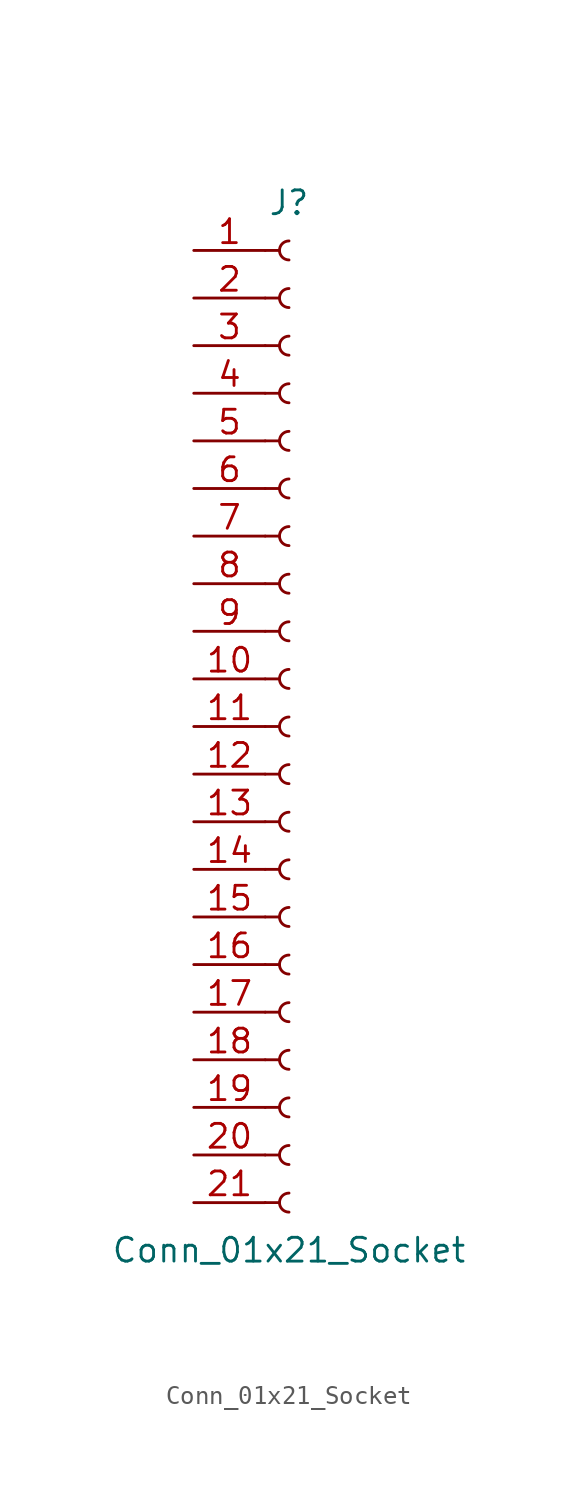
<source format=kicad_sym>
(kicad_symbol_lib
  (version 20220914)
  (generator kicad_symbol_editor)
  (symbol "Conn_01x21_Socket"
    (pin_names
      (offset 1.016) hide)
    (property "Reference" "J"
      (at 0 27.94 0)
      (effects (font (size 1.27 1.27))))
    (property "Value" "Conn_01x21_Socket"
      (at 0 -27.94 0)
      (effects (font (size 1.27 1.27))))
    (property "ki_locked" ""
      (at 0 0 0)
      (effects (font (size 1.27 1.27))))
    (symbol "Conn_01x21_Socket_1_1"
      (arc (start 0 -24.892) (mid -0.5058 -25.4) (end 0 -25.908) (stroke (width 0.1524) (type default)) (fill (type none)))
      (arc (start 0 -22.352) (mid -0.5058 -22.86) (end 0 -23.368) (stroke (width 0.1524) (type default)) (fill (type none)))
      (arc (start 0 -19.812) (mid -0.5058 -20.32) (end 0 -20.828) (stroke (width 0.1524) (type default)) (fill (type none)))
      (arc (start 0 -17.272) (mid -0.5058 -17.78) (end 0 -18.288) (stroke (width 0.1524) (type default)) (fill (type none)))
      (arc (start 0 -14.732) (mid -0.5058 -15.24) (end 0 -15.748) (stroke (width 0.1524) (type default)) (fill (type none)))
      (arc (start 0 -12.192) (mid -0.5058 -12.7) (end 0 -13.208) (stroke (width 0.1524) (type default)) (fill (type none)))
      (arc (start 0 -9.652) (mid -0.5058 -10.16) (end 0 -10.668) (stroke (width 0.1524) (type default)) (fill (type none)))
      (arc (start 0 -7.112) (mid -0.5058 -7.62) (end 0 -8.128) (stroke (width 0.1524) (type default)) (fill (type none)))
      (arc (start 0 -4.572) (mid -0.5058 -5.08) (end 0 -5.588) (stroke (width 0.1524) (type default)) (fill (type none)))
      (arc (start 0 -2.032) (mid -0.5058 -2.54) (end 0 -3.048) (stroke (width 0.1524) (type default)) (fill (type none)))
      (polyline (pts (xy -1.27 -25.4) (xy -0.508 -25.4)) (stroke (width 0.152) (type default)) (fill (type none)))
      (polyline (pts (xy -1.27 -22.86) (xy -0.508 -22.86)) (stroke (width 0.152) (type default)) (fill (type none)))
      (polyline (pts (xy -1.27 -20.32) (xy -0.508 -20.32)) (stroke (width 0.152) (type default)) (fill (type none)))
      (polyline (pts (xy -1.27 -17.78) (xy -0.508 -17.78)) (stroke (width 0.152) (type default)) (fill (type none)))
      (polyline (pts (xy -1.27 -15.24) (xy -0.508 -15.24)) (stroke (width 0.152) (type default)) (fill (type none)))
      (polyline (pts (xy -1.27 -12.7) (xy -0.508 -12.7)) (stroke (width 0.152) (type default)) (fill (type none)))
      (polyline (pts (xy -1.27 -10.16) (xy -0.508 -10.16)) (stroke (width 0.152) (type default)) (fill (type none)))
      (polyline (pts (xy -1.27 -7.62) (xy -0.508 -7.62)) (stroke (width 0.152) (type default)) (fill (type none)))
      (polyline (pts (xy -1.27 -5.08) (xy -0.508 -5.08)) (stroke (width 0.152) (type default)) (fill (type none)))
      (polyline (pts (xy -1.27 -2.54) (xy -0.508 -2.54)) (stroke (width 0.152) (type default)) (fill (type none)))
      (polyline (pts (xy -1.27 0) (xy -0.508 0)) (stroke (width 0.152) (type default)) (fill (type none)))
      (polyline (pts (xy -1.27 2.54) (xy -0.508 2.54)) (stroke (width 0.152) (type default)) (fill (type none)))
      (polyline (pts (xy -1.27 5.08) (xy -0.508 5.08)) (stroke (width 0.152) (type default)) (fill (type none)))
      (polyline (pts (xy -1.27 7.62) (xy -0.508 7.62)) (stroke (width 0.152) (type default)) (fill (type none)))
      (polyline (pts (xy -1.27 10.16) (xy -0.508 10.16)) (stroke (width 0.152) (type default)) (fill (type none)))
      (polyline (pts (xy -1.27 12.7) (xy -0.508 12.7)) (stroke (width 0.152) (type default)) (fill (type none)))
      (polyline (pts (xy -1.27 15.24) (xy -0.508 15.24)) (stroke (width 0.152) (type default)) (fill (type none)))
      (polyline (pts (xy -1.27 17.78) (xy -0.508 17.78)) (stroke (width 0.152) (type default)) (fill (type none)))
      (polyline (pts (xy -1.27 20.32) (xy -0.508 20.32)) (stroke (width 0.152) (type default)) (fill (type none)))
      (polyline (pts (xy -1.27 22.86) (xy -0.508 22.86)) (stroke (width 0.152) (type default)) (fill (type none)))
      (polyline (pts (xy -1.27 25.4) (xy -0.508 25.4)) (stroke (width 0.152) (type default)) (fill (type none)))
      (arc (start 0 0.508) (mid -0.5058 0) (end 0 -0.508) (stroke (width 0.1524) (type default)) (fill (type none)))
      (arc (start 0 3.048) (mid -0.5058 2.54) (end 0 2.032) (stroke (width 0.1524) (type default)) (fill (type none)))
      (arc (start 0 5.588) (mid -0.5058 5.08) (end 0 4.572) (stroke (width 0.1524) (type default)) (fill (type none)))
      (arc (start 0 8.128) (mid -0.5058 7.62) (end 0 7.112) (stroke (width 0.1524) (type default)) (fill (type none)))
      (arc (start 0 10.668) (mid -0.5058 10.16) (end 0 9.652) (stroke (width 0.1524) (type default)) (fill (type none)))
      (arc (start 0 13.208) (mid -0.5058 12.7) (end 0 12.192) (stroke (width 0.1524) (type default)) (fill (type none)))
      (arc (start 0 15.748) (mid -0.5058 15.24) (end 0 14.732) (stroke (width 0.1524) (type default)) (fill (type none)))
      (arc (start 0 18.288) (mid -0.5058 17.78) (end 0 17.272) (stroke (width 0.1524) (type default)) (fill (type none)))
      (arc (start 0 20.828) (mid -0.5058 20.32) (end 0 19.812) (stroke (width 0.1524) (type default)) (fill (type none)))
      (arc (start 0 23.368) (mid -0.5058 22.86) (end 0 22.352) (stroke (width 0.1524) (type default)) (fill (type none)))
      (arc (start 0 25.908) (mid -0.5058 25.4) (end 0 24.892) (stroke (width 0.1524) (type default)) (fill (type none)))
      (pin passive line (at -5.08 25.4 0) (length 3.81) (name "Pin_1" (effects (font (size 1.27 1.27)))) (number "1" (effects (font (size 1.27 1.27)))))
      (pin passive line (at -5.08 2.54 0) (length 3.81) (name "Pin_10" (effects (font (size 1.27 1.27)))) (number "10" (effects (font (size 1.27 1.27)))))
      (pin passive line (at -5.08 0 0) (length 3.81) (name "Pin_11" (effects (font (size 1.27 1.27)))) (number "11" (effects (font (size 1.27 1.27)))))
      (pin passive line (at -5.08 -2.54 0) (length 3.81) (name "Pin_12" (effects (font (size 1.27 1.27)))) (number "12" (effects (font (size 1.27 1.27)))))
      (pin passive line (at -5.08 -5.08 0) (length 3.81) (name "Pin_13" (effects (font (size 1.27 1.27)))) (number "13" (effects (font (size 1.27 1.27)))))
      (pin passive line (at -5.08 -7.62 0) (length 3.81) (name "Pin_14" (effects (font (size 1.27 1.27)))) (number "14" (effects (font (size 1.27 1.27)))))
      (pin passive line (at -5.08 -10.16 0) (length 3.81) (name "Pin_15" (effects (font (size 1.27 1.27)))) (number "15" (effects (font (size 1.27 1.27)))))
      (pin passive line (at -5.08 -12.7 0) (length 3.81) (name "Pin_16" (effects (font (size 1.27 1.27)))) (number "16" (effects (font (size 1.27 1.27)))))
      (pin passive line (at -5.08 -15.24 0) (length 3.81) (name "Pin_17" (effects (font (size 1.27 1.27)))) (number "17" (effects (font (size 1.27 1.27)))))
      (pin passive line (at -5.08 -17.78 0) (length 3.81) (name "Pin_18" (effects (font (size 1.27 1.27)))) (number "18" (effects (font (size 1.27 1.27)))))
      (pin passive line (at -5.08 -20.32 0) (length 3.81) (name "Pin_19" (effects (font (size 1.27 1.27)))) (number "19" (effects (font (size 1.27 1.27)))))
      (pin passive line (at -5.08 22.86 0) (length 3.81) (name "Pin_2" (effects (font (size 1.27 1.27)))) (number "2" (effects (font (size 1.27 1.27)))))
      (pin passive line (at -5.08 -22.86 0) (length 3.81) (name "Pin_20" (effects (font (size 1.27 1.27)))) (number "20" (effects (font (size 1.27 1.27)))))
      (pin passive line (at -5.08 -25.4 0) (length 3.81) (name "Pin_21" (effects (font (size 1.27 1.27)))) (number "21" (effects (font (size 1.27 1.27)))))
      (pin passive line (at -5.08 20.32 0) (length 3.81) (name "Pin_3" (effects (font (size 1.27 1.27)))) (number "3" (effects (font (size 1.27 1.27)))))
      (pin passive line (at -5.08 17.78 0) (length 3.81) (name "Pin_4" (effects (font (size 1.27 1.27)))) (number "4" (effects (font (size 1.27 1.27)))))
      (pin passive line (at -5.08 15.24 0) (length 3.81) (name "Pin_5" (effects (font (size 1.27 1.27)))) (number "5" (effects (font (size 1.27 1.27)))))
      (pin passive line (at -5.08 12.7 0) (length 3.81) (name "Pin_6" (effects (font (size 1.27 1.27)))) (number "6" (effects (font (size 1.27 1.27)))))
      (pin passive line (at -5.08 10.16 0) (length 3.81) (name "Pin_7" (effects (font (size 1.27 1.27)))) (number "7" (effects (font (size 1.27 1.27)))))
      (pin passive line (at -5.08 7.62 0) (length 3.81) (name "Pin_8" (effects (font (size 1.27 1.27)))) (number "8" (effects (font (size 1.27 1.27)))))
      (pin passive line (at -5.08 5.08 0) (length 3.81) (name "Pin_9" (effects (font (size 1.27 1.27)))) (number "9" (effects (font (size 1.27 1.27))))))))
</source>
